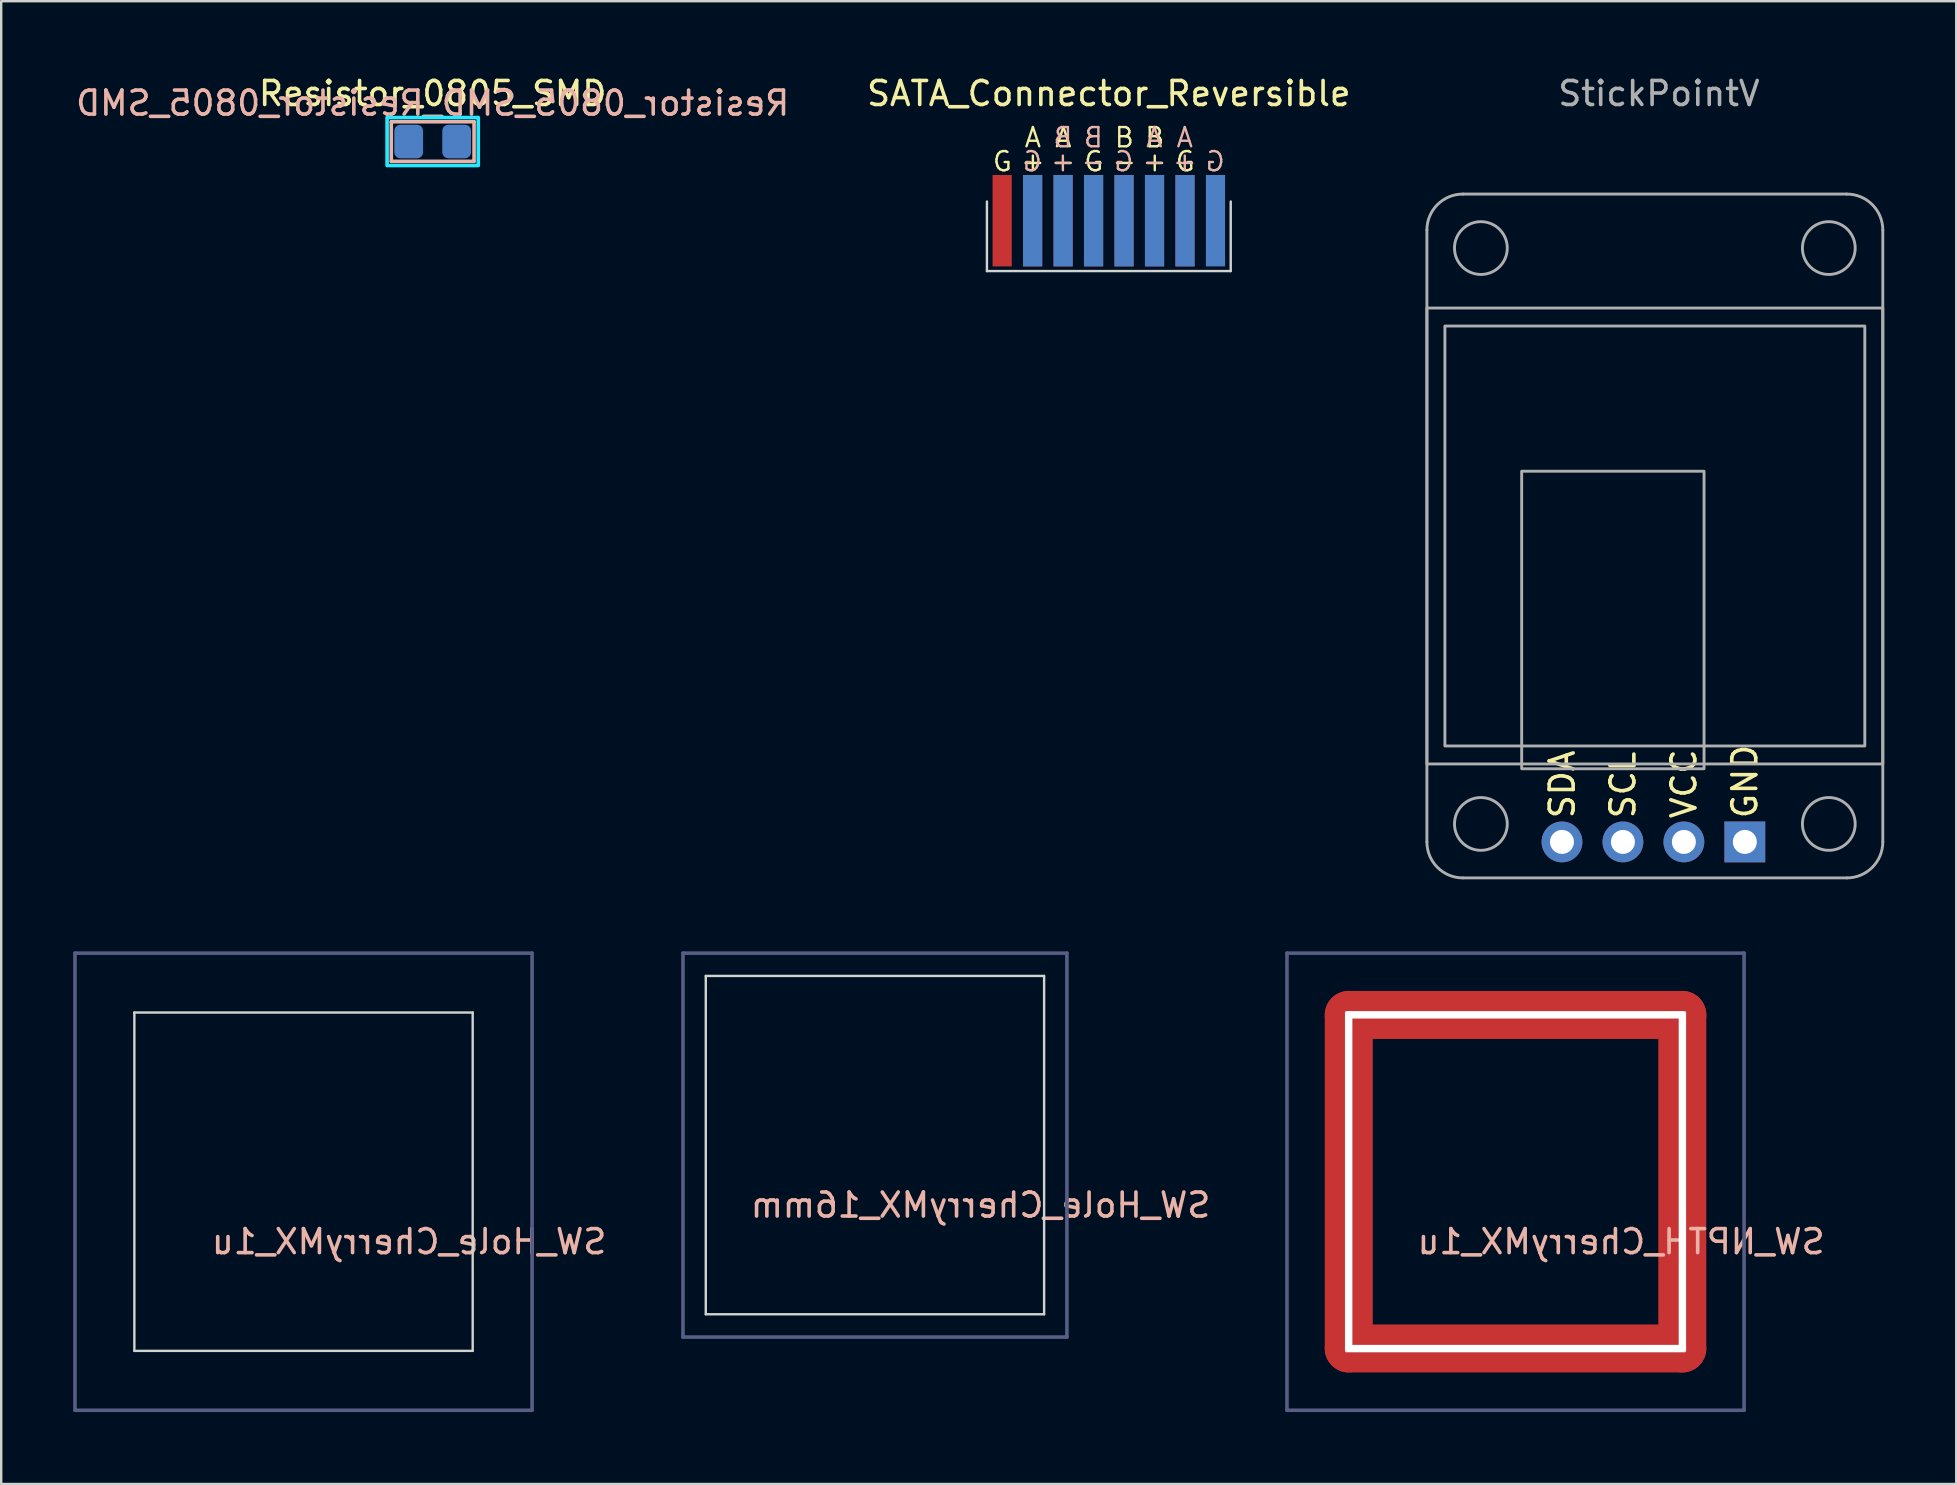
<source format=kicad_pcb>
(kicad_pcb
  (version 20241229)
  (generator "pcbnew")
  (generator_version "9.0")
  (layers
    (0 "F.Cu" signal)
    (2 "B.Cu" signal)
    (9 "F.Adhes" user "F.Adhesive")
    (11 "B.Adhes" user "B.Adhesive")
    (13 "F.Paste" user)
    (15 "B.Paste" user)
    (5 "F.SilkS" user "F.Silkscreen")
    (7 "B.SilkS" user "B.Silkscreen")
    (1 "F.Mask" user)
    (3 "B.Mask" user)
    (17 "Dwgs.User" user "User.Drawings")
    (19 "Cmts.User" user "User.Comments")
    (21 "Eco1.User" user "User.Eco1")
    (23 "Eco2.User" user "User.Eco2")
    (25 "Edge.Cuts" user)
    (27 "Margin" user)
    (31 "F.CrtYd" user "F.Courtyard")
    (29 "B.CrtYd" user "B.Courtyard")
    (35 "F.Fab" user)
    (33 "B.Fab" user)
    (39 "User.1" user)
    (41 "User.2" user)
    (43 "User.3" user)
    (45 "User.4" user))
  (footprint "SATA_Connector_Reversible"
    (layer "F.Cu")
    (at 42.526 6.348)
    (property "Reference" "SATA_Connector_Reversible" (at 0.635 -5.5 0) (unlocked yes) (layer "F.SilkS") (effects (font (size 1 1) (thickness 0.15))))
    (attr smd)
    (fp_line (start -4.445 -1) (end -4.445 1.9) (stroke (width 0.1) (type default)) (layer "Edge.Cuts"))
    (fp_line (start -4.445 1.9) (end 5.715 1.9) (stroke (width 0.1) (type default)) (layer "Edge.Cuts"))
    (fp_line (start 5.715 -1) (end 5.715 1.9) (stroke (width 0.1) (type default)) (layer "Edge.Cuts"))
    (fp_text user "G" (at 3.82 -2.2 0) (unlocked yes) (layer "F.SilkS") (effects (font (size 0.8 0.8) (thickness 0.1)) (justify bottom)))
    (fp_text user "-" (at 1.28 -2.2 0) (unlocked yes) (layer "F.SilkS") (effects (font (size 0.8 0.8) (thickness 0.1)) (justify bottom)))
    (fp_text user "B" (at 2.55 -3.2 0) (unlocked yes) (layer "F.SilkS") (effects (font (size 0.8 0.8) (thickness 0.1)) (justify bottom)))
    (fp_text user "G" (at -3.8 -2.2 0) (unlocked yes) (layer "F.SilkS") (effects (font (size 0.8 0.8) (thickness 0.1)) (justify bottom)))
    (fp_text user "A" (at -1.26 -3.2 0) (unlocked yes) (layer "F.SilkS") (effects (font (size 0.8 0.8) (thickness 0.1)) (justify bottom)))
    (fp_text user "+" (at -2.53 -2.2 0) (unlocked yes) (layer "F.SilkS") (effects (font (size 0.8 0.8) (thickness 0.1)) (justify bottom)))
    (fp_text user "A" (at -2.53 -3.2 0) (unlocked yes) (layer "F.SilkS") (effects (font (size 0.8 0.8) (thickness 0.1)) (justify bottom)))
    (fp_text user "G" (at 0.01 -2.2 0) (unlocked yes) (layer "F.SilkS") (effects (font (size 0.8 0.8) (thickness 0.1)) (justify bottom)))
    (fp_text user "-" (at -1.26 -2.2 0) (unlocked yes) (layer "F.SilkS") (effects (font (size 0.8 0.8) (thickness 0.1)) (justify bottom)))
    (fp_text user "B" (at 1.28 -3.2 0) (unlocked yes) (layer "F.SilkS") (effects (font (size 0.8 0.8) (thickness 0.1)) (justify bottom)))
    (fp_text user "+" (at 2.55 -2.2 0) (unlocked yes) (layer "F.SilkS") (effects (font (size 0.8 0.8) (thickness 0.1)) (justify bottom)))
    (fp_text user "-" (at -0.01 -2.2 0) (unlocked yes) (layer "B.SilkS") (effects (font (size 0.8 0.8) (thickness 0.1)) (justify bottom mirror)))
    (fp_text user "A" (at 2.53 -3.2 0) (unlocked yes) (layer "B.SilkS") (effects (font (size 0.8 0.8) (thickness 0.1)) (justify bottom mirror)))
    (fp_text user "B" (at -0.01 -3.2 0) (unlocked yes) (layer "B.SilkS") (effects (font (size 0.8 0.8) (thickness 0.1)) (justify bottom mirror)))
    (fp_text user "B" (at -1.28 -3.2 0) (unlocked yes) (layer "B.SilkS") (effects (font (size 0.8 0.8) (thickness 0.1)) (justify bottom mirror)))
    (fp_text user "-" (at 2.53 -2.2 0) (unlocked yes) (layer "B.SilkS") (effects (font (size 0.8 0.8) (thickness 0.1)) (justify bottom mirror)))
    (fp_text user "A" (at 3.8 -3.2 0) (unlocked yes) (layer "B.SilkS") (effects (font (size 0.8 0.8) (thickness 0.1)) (justify bottom mirror)))
    (fp_text user "G" (at 5.07 -2.2 0) (unlocked yes) (layer "B.SilkS") (effects (font (size 0.8 0.8) (thickness 0.1)) (justify bottom mirror)))
    (fp_text user "+" (at 3.8 -2.2 0) (unlocked yes) (layer "B.SilkS") (effects (font (size 0.8 0.8) (thickness 0.1)) (justify bottom mirror)))
    (fp_text user "G" (at 1.26 -2.2 0) (unlocked yes) (layer "B.SilkS") (effects (font (size 0.8 0.8) (thickness 0.1)) (justify bottom mirror)))
    (fp_text user "G" (at -2.55 -2.2 0) (unlocked yes) (layer "B.SilkS") (effects (font (size 0.8 0.8) (thickness 0.1)) (justify bottom mirror)))
    (fp_text user "+" (at -1.28 -2.2 0) (unlocked yes) (layer "B.SilkS") (effects (font (size 0.8 0.8) (thickness 0.1)) (justify bottom mirror)))
    (pad "1" smd rect (at -3.81 -0.2) (size 0.8 3.81) (layers "F.Cu" "F.Mask" "F.Paste"))
    (pad "1" smd rect (at 5.08 -0.2) (size 0.8 3.81) (layers "B.Cu" "B.Mask" "B.Paste"))
    (pad "2" smd rect (at -2.54 -0.2) (size 0.8 3.81) (layers "F.Cu" "F.Mask" "F.Paste"))
    (pad "2" smd rect (at 3.81 -0.2) (size 0.8 3.81) (layers "B.Cu" "B.Mask" "B.Paste"))
    (pad "3" smd rect (at -1.27 -0.2) (size 0.8 3.81) (layers "F.Cu" "F.Mask" "F.Paste"))
    (pad "3" smd rect (at 2.54 -0.2) (size 0.8 3.81) (layers "B.Cu" "B.Mask" "B.Paste"))
    (pad "4" smd rect (at 0 -0.2) (size 0.8 3.81) (layers "F.Cu" "F.Mask" "F.Paste"))
    (pad "4" smd rect (at 1.27 -0.2) (size 0.8 3.81) (layers "B.Cu" "B.Mask" "B.Paste"))
    (pad "5" smd rect (at 0 -0.2) (size 0.8 3.81) (layers "B.Cu" "B.Mask" "B.Paste"))
    (pad "5" smd rect (at 1.27 -0.2) (size 0.8 3.81) (layers "F.Cu" "F.Mask" "F.Paste"))
    (pad "6" smd rect (at -1.27 -0.2) (size 0.8 3.81) (layers "B.Cu" "B.Mask" "B.Paste"))
    (pad "6" smd rect (at 2.54 -0.2) (size 0.8 3.81) (layers "F.Cu" "F.Mask" "F.Paste"))
    (pad "7" smd rect (at -2.54 -0.2) (size 0.8 3.81) (layers "B.Cu" "B.Mask" "B.Paste"))
    (pad "7" smd rect (at 3.81 -0.2) (size 0.8 3.81) (layers "F.Cu" "F.Mask" "F.Paste")))
  (footprint "StickPointV"
    (layer "F.Cu")
    (at 66.088 19.898)
    (property "Reference" "StickPointV" (at 0 -19.05 0) (unlocked yes) (layer "F.Fab") (effects (font (size 1 1) (thickness 0.15))))
    (attr through_hole)
    (fp_line (start -9.671 12.14) (end -9.671 -13.36) (stroke (width 0.12) (type solid)) (layer "F.Fab"))
    (fp_line (start -8.171 -14.86) (end 7.829 -14.86) (stroke (width 0.12) (type solid)) (layer "F.Fab"))
    (fp_line (start 7.829 13.64) (end -8.171 13.64) (stroke (width 0.12) (type solid)) (layer "F.Fab"))
    (fp_line (start 9.329 -13.36) (end 9.329 12.14) (stroke (width 0.12) (type solid)) (layer "F.Fab"))
    (fp_rect (start -9.671 -10.11) (end 9.329 8.89) (stroke (width 0.12) (type solid)) (fill no) (layer "F.Fab"))
    (fp_rect (start -8.921 -9.36) (end 8.579 8.14) (stroke (width 0.12) (type solid)) (fill no) (layer "F.Fab"))
    (fp_rect (start -5.721 -3.31) (end 1.879 9.09) (stroke (width 0.12) (type solid)) (fill no) (layer "F.Fab"))
    (fp_arc (start -9.67066 -13.36) (mid -9.23132 -14.42066) (end -8.17066 -14.86) (stroke (width 0.12) (type solid)) (layer "F.Fab"))
    (fp_arc (start -8.17066 13.64) (mid -9.23132 13.20066) (end -9.67066 12.14) (stroke (width 0.12) (type solid)) (layer "F.Fab"))
    (fp_arc (start 7.82934 -14.86) (mid 8.89 -14.42066) (end 9.32934 -13.36) (stroke (width 0.12) (type solid)) (layer "F.Fab"))
    (fp_arc (start 9.32934 12.14) (mid 8.89 13.20066) (end 7.82934 13.64) (stroke (width 0.12) (type solid)) (layer "F.Fab"))
    (fp_circle (center -7.421 -12.61) (end -6.321 -12.61) (stroke (width 0.12) (type default)) (fill no) (layer "F.Fab"))
    (fp_circle (center -7.421 11.39) (end -6.321 11.39) (stroke (width 0.12) (type default)) (fill no) (layer "F.Fab"))
    (fp_circle (center 7.079 -12.61) (end 8.179 -12.61) (stroke (width 0.12) (type default)) (fill no) (layer "F.Fab"))
    (fp_circle (center 7.079 11.39) (end 8.179 11.39) (stroke (width 0.12) (type default)) (fill no) (layer "F.Fab"))
    (fp_text user "VCC" (at 1.039 11.244 90) (layer "F.SilkS") (effects (font (size 1 1) (thickness 0.15)) (justify left)))
    (fp_text user "GND" (at 3.579 11.244 90) (layer "F.SilkS") (effects (font (size 1 1) (thickness 0.15)) (justify left)))
    (fp_text user "SDA" (at -4.031 11.244 90) (layer "F.SilkS") (effects (font (size 1 1) (thickness 0.15)) (justify left)))
    (fp_text user "SCL" (at -1.501 11.244 90) (layer "F.SilkS") (effects (font (size 1 1) (thickness 0.15)) (justify left)))
    (pad "1" thru_hole rect (at 3.579 12.14 90) (size 1.7 1.7) (drill 1) (layers "*.Cu" "*.Mask"))
    (pad "2" thru_hole circle (at 1.039 12.14 90) (size 1.7 1.7) (drill 1) (layers "*.Cu" "*.Mask"))
    (pad "3" thru_hole circle (at -1.501 12.14 90) (size 1.7 1.7) (drill 1) (layers "*.Cu" "*.Mask"))
    (pad "4" thru_hole circle (at -4.041 12.14 90) (size 1.7 1.7) (drill 1) (layers "*.Cu" "*.Mask")))
  (footprint "SW_NPTH_CherryMX_1u"
    (layer "F.Cu")
    (at 60.111 46.198)
    (property "Reference" "SW_NPTH_CherryMX_1u" (at 4.4 2.5 0) (unlocked yes) (layer "B.SilkS") (effects (font (size 1 1) (thickness 0.15)) (justify mirror)))
    (attr through_hole)
    (fp_line (start -7.05 -7.05) (end 7.05 -7.05) (stroke (width 0.12) (type solid)) (layer "Edge.Cuts"))
    (fp_line (start -7.05 7.05) (end -7.05 -7.05) (stroke (width 0.12) (type solid)) (layer "Edge.Cuts"))
    (fp_line (start 7.05 -7.05) (end 7.05 7.05) (stroke (width 0.12) (type solid)) (layer "Edge.Cuts"))
    (fp_line (start 7.05 7.05) (end -7.05 7.05) (stroke (width 0.12) (type solid)) (layer "Edge.Cuts"))
    (fp_line (start -9.525 -9.525) (end 9.525 -9.525) (stroke (width 0.15) (type solid)) (layer "B.Fab"))
    (fp_line (start -9.525 9.525) (end -9.525 -9.525) (stroke (width 0.15) (type solid)) (layer "B.Fab"))
    (fp_line (start 9.525 -9.525) (end 9.525 9.525) (stroke (width 0.15) (type solid)) (layer "B.Fab"))
    (fp_line (start 9.525 9.525) (end -9.525 9.525) (stroke (width 0.15) (type solid)) (layer "B.Fab"))
    (pad "" np_thru_hole oval (at -6.95 0) (size 2 15.9) (drill oval 0.3 14.2) (layers "F.Cu" "F.Mask"))
    (pad "" np_thru_hole oval (at 0 -6.95 90) (size 2 15.9) (drill oval 0.3 14.2) (layers "F.Cu" "F.Mask"))
    (pad "" np_thru_hole oval (at 0 6.95 90) (size 2 15.9) (drill oval 0.3 14.2) (layers "F.Cu" "F.Mask"))
    (pad "" np_thru_hole oval (at 6.95 0) (size 2 15.9) (drill oval 0.3 14.2) (layers "F.Cu" "F.Mask")))
  (footprint "SW_Hole_CherryMX_1u"
    (layer "F.Cu")
    (at 9.6 46.198)
    (property "Reference" "SW_Hole_CherryMX_1u" (at 4.4 2.5 0) (unlocked yes) (layer "B.SilkS") (effects (font (size 1 1) (thickness 0.15)) (justify mirror)))
    (attr through_hole)
    (fp_line (start -7.05 -7.05) (end 7.05 -7.05) (stroke (width 0.1) (type default)) (layer "Edge.Cuts"))
    (fp_line (start -7.05 7.05) (end -7.05 -7.05) (stroke (width 0.1) (type default)) (layer "Edge.Cuts"))
    (fp_line (start 7.05 -7.05) (end 7.05 7.05) (stroke (width 0.1) (type default)) (layer "Edge.Cuts"))
    (fp_line (start 7.05 7.05) (end -7.05 7.05) (stroke (width 0.1) (type default)) (layer "Edge.Cuts"))
    (fp_line (start -9.525 -9.525) (end 9.525 -9.525) (stroke (width 0.15) (type solid)) (layer "B.Fab"))
    (fp_line (start -9.525 9.525) (end -9.525 -9.525) (stroke (width 0.15) (type solid)) (layer "B.Fab"))
    (fp_line (start 9.525 -9.525) (end 9.525 9.525) (stroke (width 0.15) (type solid)) (layer "B.Fab"))
    (fp_line (start 9.525 9.525) (end -9.525 9.525) (stroke (width 0.15) (type solid)) (layer "B.Fab")))
  (footprint "SW_Hole_CherryMX_16mm"
    (layer "F.Cu")
    (at 33.414 44.673)
    (property "Reference" "SW_Hole_CherryMX_16mm" (at 4.4 2.5 0) (unlocked yes) (layer "B.SilkS") (effects (font (size 1 1) (thickness 0.15)) (justify mirror)))
    (attr through_hole)
    (fp_line (start -7.05 -7.05) (end 7.05 -7.05) (stroke (width 0.1) (type default)) (layer "Edge.Cuts"))
    (fp_line (start -7.05 7.05) (end -7.05 -7.05) (stroke (width 0.1) (type default)) (layer "Edge.Cuts"))
    (fp_line (start 7.05 -7.05) (end 7.05 7.05) (stroke (width 0.1) (type default)) (layer "Edge.Cuts"))
    (fp_line (start 7.05 7.05) (end -7.05 7.05) (stroke (width 0.1) (type default)) (layer "Edge.Cuts"))
    (fp_line (start -8 -8) (end 8 -8) (stroke (width 0.15) (type default)) (layer "B.Fab"))
    (fp_line (start -8 8) (end -8 -8) (stroke (width 0.15) (type default)) (layer "B.Fab"))
    (fp_line (start 8 -8) (end 8 8) (stroke (width 0.15) (type default)) (layer "B.Fab"))
    (fp_line (start 8 8) (end -8 8) (stroke (width 0.15) (type default)) (layer "B.Fab")))
  (footprint "Resistor_0805_SMD"
    (layer "F.Cu")
    (at 14.982 2.848)
    (property "Reference" "Resistor_0805_SMD" (at 0 -2 0) (unlocked yes) (layer "F.SilkS") (effects (font (size 1 1) (thickness 0.15))))
    (property "Value" "Resistor_0805_SMD" (at 0 2 0) (unlocked yes) (layer "F.Fab") (hide yes) (effects (font (size 1 1) (thickness 0.15))))
    (attr smd)
    (fp_line (start -1.725 -0.825) (end 1.725 -0.825) (stroke (width 0.15) (type solid)) (layer "B.SilkS"))
    (fp_line (start -1.725 0.825) (end -1.725 -0.825) (stroke (width 0.15) (type solid)) (layer "B.SilkS"))
    (fp_line (start -1.725 0.825) (end 1.725 0.825) (stroke (width 0.15) (type solid)) (layer "B.SilkS"))
    (fp_line (start 1.725 0.825) (end 1.725 -0.825) (stroke (width 0.15) (type solid)) (layer "B.SilkS"))
    (fp_rect (start -1.9 -1) (end 1.9 1) (stroke (width 0.15) (type default)) (fill no) (layer "B.CrtYd"))
    (fp_text user "${REFERENCE}_${VALUE}" (at 0 -1.6 0) (layer "B.SilkS") (effects (font (size 1 1) (thickness 0.15)) (justify mirror)))
    (pad "1" smd roundrect (at -1 0) (size 1.2 1.4) (layers "B.Cu" "B.Mask" "B.Paste") (roundrect_rratio 0.208))
    (pad "2" smd roundrect (at 1 0) (size 1.2 1.4) (layers "B.Cu" "B.Mask" "B.Paste") (roundrect_rratio 0.208)))
  (gr_rect
    (start -3 -3)
    (end 78.477 58.798)
    (stroke (width 0.1) (type default))
    (fill no)
    (layer "Edge.Cuts")))
</source>
